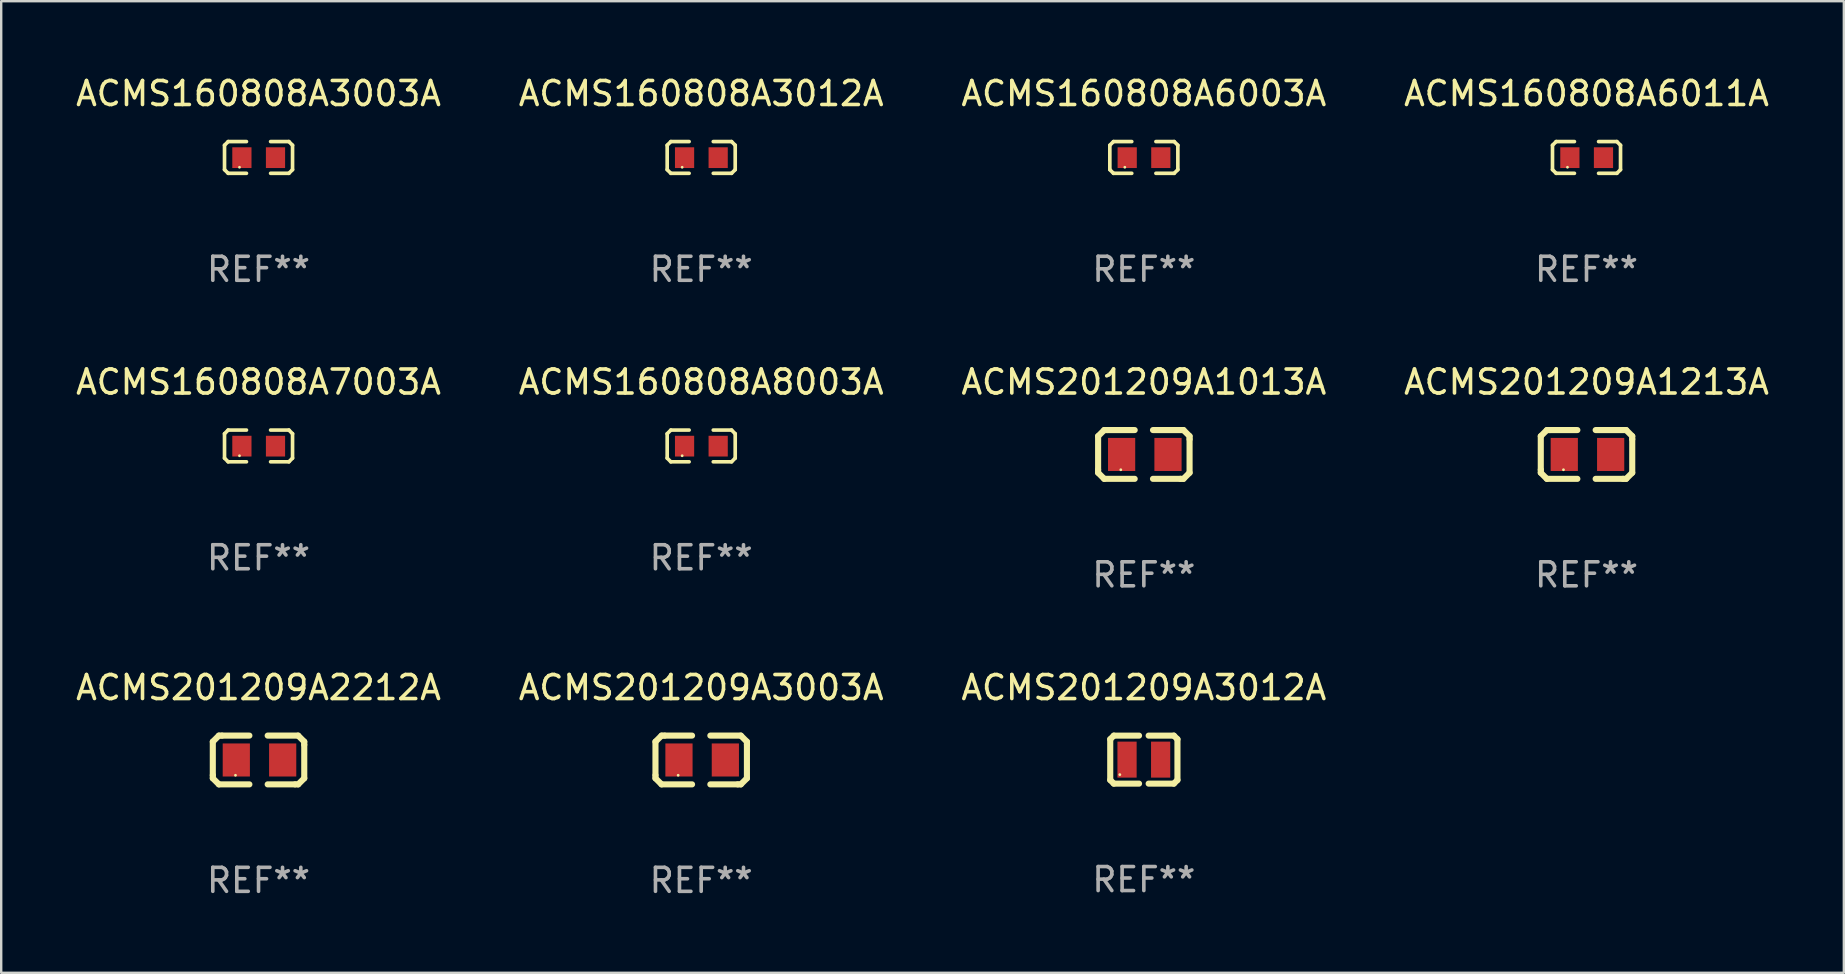
<source format=kicad_pcb>
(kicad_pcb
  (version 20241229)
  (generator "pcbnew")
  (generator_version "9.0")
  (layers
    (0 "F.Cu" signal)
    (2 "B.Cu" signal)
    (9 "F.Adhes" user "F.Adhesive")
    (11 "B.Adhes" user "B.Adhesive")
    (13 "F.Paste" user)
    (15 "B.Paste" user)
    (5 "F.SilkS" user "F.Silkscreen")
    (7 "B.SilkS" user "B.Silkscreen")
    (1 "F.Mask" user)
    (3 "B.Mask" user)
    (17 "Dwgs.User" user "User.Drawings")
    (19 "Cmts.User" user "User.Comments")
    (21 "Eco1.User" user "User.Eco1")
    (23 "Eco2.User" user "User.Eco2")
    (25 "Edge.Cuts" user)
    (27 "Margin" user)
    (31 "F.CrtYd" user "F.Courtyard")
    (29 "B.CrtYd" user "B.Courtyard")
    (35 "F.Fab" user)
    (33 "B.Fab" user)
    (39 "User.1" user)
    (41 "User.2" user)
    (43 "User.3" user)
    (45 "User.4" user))
  (footprint "ACMS201209A2212A"
    (layer "F.Cu")
    (at 7.72 28.61)
    (property "Reference" "ACMS201209A2212A" (at 0 -3.016 0) (layer "F.SilkS") (effects (font (size 1 1) (thickness 0.15))))
    (attr through_hole)
    (fp_line (start -1.905 -0.762) (end -1.905 0.635) (stroke (width 0.254) (type solid)) (layer "F.SilkS"))
    (fp_line (start -1.905 0.635) (end -1.905 0.762) (stroke (width 0.254) (type solid)) (layer "F.SilkS"))
    (fp_line (start -1.905 0.762) (end -1.651 1.016) (stroke (width 0.254) (type solid)) (layer "F.SilkS"))
    (fp_line (start -1.651 -1.016) (end -1.905 -0.762) (stroke (width 0.254) (type solid)) (layer "F.SilkS"))
    (fp_line (start -1.651 1.016) (end -0.381 1.016) (stroke (width 0.254) (type solid)) (layer "F.SilkS"))
    (fp_line (start -1.524 -1.016) (end -1.651 -1.016) (stroke (width 0.254) (type solid)) (layer "F.SilkS"))
    (fp_line (start -0.381 -1.016) (end -1.524 -1.016) (stroke (width 0.254) (type solid)) (layer "F.SilkS"))
    (fp_line (start 0.381 1.016) (end 1.524 1.016) (stroke (width 0.254) (type solid)) (layer "F.SilkS"))
    (fp_line (start 1.524 1.016) (end 1.651 1.016) (stroke (width 0.254) (type solid)) (layer "F.SilkS"))
    (fp_line (start 1.651 -1.016) (end 0.381 -1.016) (stroke (width 0.254) (type solid)) (layer "F.SilkS"))
    (fp_line (start 1.651 1.016) (end 1.905 0.762) (stroke (width 0.254) (type solid)) (layer "F.SilkS"))
    (fp_line (start 1.905 -0.762) (end 1.651 -1.016) (stroke (width 0.254) (type solid)) (layer "F.SilkS"))
    (fp_line (start 1.905 -0.635) (end 1.905 -0.762) (stroke (width 0.254) (type solid)) (layer "F.SilkS"))
    (fp_line (start 1.905 0.762) (end 1.905 -0.635) (stroke (width 0.254) (type solid)) (layer "F.SilkS"))
    (fp_circle (center -0.96 0.637) (end -0.93 0.637) (stroke (width 0.06) (type solid)) (fill no) (layer "F.SilkS"))
    (fp_text user "REF**" (at 0 5.016 0) (layer "F.Fab") (effects (font (size 1 1) (thickness 0.15))))
    (pad "1" smd rect (at -0.926 -0.000051) (size 1.133 1.377) (layers "F.Cu" "F.Mask" "F.Paste"))
    (pad "2" smd rect (at 1.006 -0.000051) (size 1.133 1.377) (layers "F.Cu" "F.Mask" "F.Paste")))
  (footprint "ACMS201209A3003A"
    (layer "F.Cu")
    (at 26.161 28.61)
    (property "Reference" "ACMS201209A3003A" (at 0 -3.016 0) (layer "F.SilkS") (effects (font (size 1 1) (thickness 0.15))))
    (attr through_hole)
    (fp_line (start -1.905 -0.762) (end -1.905 0.635) (stroke (width 0.254) (type solid)) (layer "F.SilkS"))
    (fp_line (start -1.905 0.635) (end -1.905 0.762) (stroke (width 0.254) (type solid)) (layer "F.SilkS"))
    (fp_line (start -1.905 0.762) (end -1.651 1.016) (stroke (width 0.254) (type solid)) (layer "F.SilkS"))
    (fp_line (start -1.651 -1.016) (end -1.905 -0.762) (stroke (width 0.254) (type solid)) (layer "F.SilkS"))
    (fp_line (start -1.651 1.016) (end -0.381 1.016) (stroke (width 0.254) (type solid)) (layer "F.SilkS"))
    (fp_line (start -1.524 -1.016) (end -1.651 -1.016) (stroke (width 0.254) (type solid)) (layer "F.SilkS"))
    (fp_line (start -0.381 -1.016) (end -1.524 -1.016) (stroke (width 0.254) (type solid)) (layer "F.SilkS"))
    (fp_line (start 0.381 1.016) (end 1.524 1.016) (stroke (width 0.254) (type solid)) (layer "F.SilkS"))
    (fp_line (start 1.524 1.016) (end 1.651 1.016) (stroke (width 0.254) (type solid)) (layer "F.SilkS"))
    (fp_line (start 1.651 -1.016) (end 0.381 -1.016) (stroke (width 0.254) (type solid)) (layer "F.SilkS"))
    (fp_line (start 1.651 1.016) (end 1.905 0.762) (stroke (width 0.254) (type solid)) (layer "F.SilkS"))
    (fp_line (start 1.905 -0.762) (end 1.651 -1.016) (stroke (width 0.254) (type solid)) (layer "F.SilkS"))
    (fp_line (start 1.905 -0.635) (end 1.905 -0.762) (stroke (width 0.254) (type solid)) (layer "F.SilkS"))
    (fp_line (start 1.905 0.762) (end 1.905 -0.635) (stroke (width 0.254) (type solid)) (layer "F.SilkS"))
    (fp_circle (center -0.96 0.637) (end -0.93 0.637) (stroke (width 0.06) (type solid)) (fill no) (layer "F.SilkS"))
    (fp_text user "REF**" (at 0 5.016 0) (layer "F.Fab") (effects (font (size 1 1) (thickness 0.15))))
    (pad "1" smd rect (at -0.926 -0.000051) (size 1.133 1.377) (layers "F.Cu" "F.Mask" "F.Paste"))
    (pad "2" smd rect (at 1.006 -0.000051) (size 1.133 1.377) (layers "F.Cu" "F.Mask" "F.Paste")))
  (footprint "ACMS201209A3012A"
    (layer "F.Cu")
    (at 44.601 28.595)
    (property "Reference" "ACMS201209A3012A" (at 0 -3 0) (layer "F.SilkS") (effects (font (size 1 1) (thickness 0.15))))
    (attr through_hole)
    (fp_line (start -1.4 -0.85) (end -1.4 0.85) (stroke (width 0.254) (type solid)) (layer "F.SilkS"))
    (fp_line (start -1.4 0.85) (end -1.25 1) (stroke (width 0.254) (type solid)) (layer "F.SilkS"))
    (fp_line (start -1.25 -1) (end -1.4 -0.85) (stroke (width 0.254) (type solid)) (layer "F.SilkS"))
    (fp_line (start -1.25 1) (end -0.2 1) (stroke (width 0.254) (type solid)) (layer "F.SilkS"))
    (fp_line (start -0.2 -1) (end -1.25 -1) (stroke (width 0.254) (type solid)) (layer "F.SilkS"))
    (fp_line (start 0.2 1) (end 1.25 1) (stroke (width 0.254) (type solid)) (layer "F.SilkS"))
    (fp_line (start 1.25 -1) (end 0.2 -1) (stroke (width 0.254) (type solid)) (layer "F.SilkS"))
    (fp_line (start 1.25 1) (end 1.4 0.85) (stroke (width 0.254) (type solid)) (layer "F.SilkS"))
    (fp_line (start 1.4 -0.85) (end 1.25 -1) (stroke (width 0.254) (type solid)) (layer "F.SilkS"))
    (fp_line (start 1.4 0.85) (end 1.4 -0.85) (stroke (width 0.254) (type solid)) (layer "F.SilkS"))
    (fp_circle (center -1 0.625) (end -0.97 0.625) (stroke (width 0.06) (type solid)) (fill no) (layer "F.SilkS"))
    (fp_text user "REF**" (at 0 5 0) (layer "F.Fab") (effects (font (size 1 1) (thickness 0.15))))
    (pad "1" smd rect (at -0.7 -0.000114 180) (size 0.8 1.5) (layers "F.Cu" "F.Mask" "F.Paste"))
    (pad "2" smd rect (at 0.7 -0.000114 180) (size 0.8 1.5) (layers "F.Cu" "F.Mask" "F.Paste")))
  (footprint "ACMS160808A7003A"
    (layer "F.Cu")
    (at 7.72 15.527)
    (property "Reference" "ACMS160808A7003A" (at 0 -2.661 0) (layer "F.SilkS") (effects (font (size 1 1) (thickness 0.15))))
    (attr through_hole)
    (fp_line (start -1.417 -0.508) (end -1.265 -0.661) (stroke (width 0.152) (type solid)) (layer "F.SilkS"))
    (fp_line (start -1.417 0.508) (end -1.417 -0.508) (stroke (width 0.152) (type solid)) (layer "F.SilkS"))
    (fp_line (start -1.265 -0.661) (end -0.503 -0.661) (stroke (width 0.152) (type solid)) (layer "F.SilkS"))
    (fp_line (start -1.265 0.661) (end -1.417 0.508) (stroke (width 0.152) (type solid)) (layer "F.SilkS"))
    (fp_line (start -1.265 0.661) (end -0.503 0.661) (stroke (width 0.152) (type solid)) (layer "F.SilkS"))
    (fp_line (start 1.265 -0.661) (end 0.503 -0.661) (stroke (width 0.152) (type solid)) (layer "F.SilkS"))
    (fp_line (start 1.265 -0.661) (end 1.417 -0.508) (stroke (width 0.152) (type solid)) (layer "F.SilkS"))
    (fp_line (start 1.265 0.661) (end 0.503 0.661) (stroke (width 0.152) (type solid)) (layer "F.SilkS"))
    (fp_line (start 1.417 -0.508) (end 1.417 0.508) (stroke (width 0.152) (type solid)) (layer "F.SilkS"))
    (fp_line (start 1.417 0.508) (end 1.265 0.661) (stroke (width 0.152) (type solid)) (layer "F.SilkS"))
    (fp_circle (center -0.793 0.409) (end -0.763 0.409) (stroke (width 0.06) (type solid)) (fill no) (layer "F.SilkS"))
    (fp_text user "REF**" (at 0 4.661 0) (layer "F.Fab") (effects (font (size 1 1) (thickness 0.15))))
    (pad "1" smd rect (at -0.693 0.009 180) (size 0.8 0.864) (layers "F.Cu" "F.Mask" "F.Paste"))
    (pad "2" smd rect (at 0.707 0.009 180) (size 0.8 0.864) (layers "F.Cu" "F.Mask" "F.Paste")))
  (footprint "ACMS160808A6003A"
    (layer "F.Cu")
    (at 44.601 3.509)
    (property "Reference" "ACMS160808A6003A" (at 0 -2.661 0) (layer "F.SilkS") (effects (font (size 1 1) (thickness 0.15))))
    (attr through_hole)
    (fp_line (start -1.417 -0.508) (end -1.265 -0.661) (stroke (width 0.152) (type solid)) (layer "F.SilkS"))
    (fp_line (start -1.417 0.508) (end -1.417 -0.508) (stroke (width 0.152) (type solid)) (layer "F.SilkS"))
    (fp_line (start -1.265 -0.661) (end -0.503 -0.661) (stroke (width 0.152) (type solid)) (layer "F.SilkS"))
    (fp_line (start -1.265 0.661) (end -1.417 0.508) (stroke (width 0.152) (type solid)) (layer "F.SilkS"))
    (fp_line (start -1.265 0.661) (end -0.503 0.661) (stroke (width 0.152) (type solid)) (layer "F.SilkS"))
    (fp_line (start 1.265 -0.661) (end 0.503 -0.661) (stroke (width 0.152) (type solid)) (layer "F.SilkS"))
    (fp_line (start 1.265 -0.661) (end 1.417 -0.508) (stroke (width 0.152) (type solid)) (layer "F.SilkS"))
    (fp_line (start 1.265 0.661) (end 0.503 0.661) (stroke (width 0.152) (type solid)) (layer "F.SilkS"))
    (fp_line (start 1.417 -0.508) (end 1.417 0.508) (stroke (width 0.152) (type solid)) (layer "F.SilkS"))
    (fp_line (start 1.417 0.508) (end 1.265 0.661) (stroke (width 0.152) (type solid)) (layer "F.SilkS"))
    (fp_circle (center -0.793 0.409) (end -0.763 0.409) (stroke (width 0.06) (type solid)) (fill no) (layer "F.SilkS"))
    (fp_text user "REF**" (at 0 4.661 0) (layer "F.Fab") (effects (font (size 1 1) (thickness 0.15))))
    (pad "1" smd rect (at -0.693 0.009 180) (size 0.8 0.864) (layers "F.Cu" "F.Mask" "F.Paste"))
    (pad "2" smd rect (at 0.707 0.009 180) (size 0.8 0.864) (layers "F.Cu" "F.Mask" "F.Paste")))
  (footprint "ACMS160808A6011A"
    (layer "F.Cu")
    (at 63.042 3.509)
    (property "Reference" "ACMS160808A6011A" (at 0 -2.661 0) (layer "F.SilkS") (effects (font (size 1 1) (thickness 0.15))))
    (attr through_hole)
    (fp_line (start -1.417 -0.508) (end -1.265 -0.661) (stroke (width 0.152) (type solid)) (layer "F.SilkS"))
    (fp_line (start -1.417 0.508) (end -1.417 -0.508) (stroke (width 0.152) (type solid)) (layer "F.SilkS"))
    (fp_line (start -1.265 -0.661) (end -0.503 -0.661) (stroke (width 0.152) (type solid)) (layer "F.SilkS"))
    (fp_line (start -1.265 0.661) (end -1.417 0.508) (stroke (width 0.152) (type solid)) (layer "F.SilkS"))
    (fp_line (start -1.265 0.661) (end -0.503 0.661) (stroke (width 0.152) (type solid)) (layer "F.SilkS"))
    (fp_line (start 1.265 -0.661) (end 0.503 -0.661) (stroke (width 0.152) (type solid)) (layer "F.SilkS"))
    (fp_line (start 1.265 -0.661) (end 1.417 -0.508) (stroke (width 0.152) (type solid)) (layer "F.SilkS"))
    (fp_line (start 1.265 0.661) (end 0.503 0.661) (stroke (width 0.152) (type solid)) (layer "F.SilkS"))
    (fp_line (start 1.417 -0.508) (end 1.417 0.508) (stroke (width 0.152) (type solid)) (layer "F.SilkS"))
    (fp_line (start 1.417 0.508) (end 1.265 0.661) (stroke (width 0.152) (type solid)) (layer "F.SilkS"))
    (fp_circle (center -0.793 0.409) (end -0.763 0.409) (stroke (width 0.06) (type solid)) (fill no) (layer "F.SilkS"))
    (fp_text user "REF**" (at 0 4.661 0) (layer "F.Fab") (effects (font (size 1 1) (thickness 0.15))))
    (pad "1" smd rect (at -0.693 0.009 180) (size 0.8 0.864) (layers "F.Cu" "F.Mask" "F.Paste"))
    (pad "2" smd rect (at 0.707 0.009 180) (size 0.8 0.864) (layers "F.Cu" "F.Mask" "F.Paste")))
  (footprint "ACMS201209A1213A"
    (layer "F.Cu")
    (at 63.042 15.882)
    (property "Reference" "ACMS201209A1213A" (at 0 -3.016 0) (layer "F.SilkS") (effects (font (size 1 1) (thickness 0.15))))
    (attr through_hole)
    (fp_line (start -1.905 -0.762) (end -1.905 0.635) (stroke (width 0.254) (type solid)) (layer "F.SilkS"))
    (fp_line (start -1.905 0.635) (end -1.905 0.762) (stroke (width 0.254) (type solid)) (layer "F.SilkS"))
    (fp_line (start -1.905 0.762) (end -1.651 1.016) (stroke (width 0.254) (type solid)) (layer "F.SilkS"))
    (fp_line (start -1.651 -1.016) (end -1.905 -0.762) (stroke (width 0.254) (type solid)) (layer "F.SilkS"))
    (fp_line (start -1.651 1.016) (end -0.381 1.016) (stroke (width 0.254) (type solid)) (layer "F.SilkS"))
    (fp_line (start -1.524 -1.016) (end -1.651 -1.016) (stroke (width 0.254) (type solid)) (layer "F.SilkS"))
    (fp_line (start -0.381 -1.016) (end -1.524 -1.016) (stroke (width 0.254) (type solid)) (layer "F.SilkS"))
    (fp_line (start 0.381 1.016) (end 1.524 1.016) (stroke (width 0.254) (type solid)) (layer "F.SilkS"))
    (fp_line (start 1.524 1.016) (end 1.651 1.016) (stroke (width 0.254) (type solid)) (layer "F.SilkS"))
    (fp_line (start 1.651 -1.016) (end 0.381 -1.016) (stroke (width 0.254) (type solid)) (layer "F.SilkS"))
    (fp_line (start 1.651 1.016) (end 1.905 0.762) (stroke (width 0.254) (type solid)) (layer "F.SilkS"))
    (fp_line (start 1.905 -0.762) (end 1.651 -1.016) (stroke (width 0.254) (type solid)) (layer "F.SilkS"))
    (fp_line (start 1.905 -0.635) (end 1.905 -0.762) (stroke (width 0.254) (type solid)) (layer "F.SilkS"))
    (fp_line (start 1.905 0.762) (end 1.905 -0.635) (stroke (width 0.254) (type solid)) (layer "F.SilkS"))
    (fp_circle (center -0.96 0.637) (end -0.93 0.637) (stroke (width 0.06) (type solid)) (fill no) (layer "F.SilkS"))
    (fp_text user "REF**" (at 0 5.016 0) (layer "F.Fab") (effects (font (size 1 1) (thickness 0.15))))
    (pad "1" smd rect (at -0.926 -0.000051) (size 1.133 1.377) (layers "F.Cu" "F.Mask" "F.Paste"))
    (pad "2" smd rect (at 1.006 -0.000051) (size 1.133 1.377) (layers "F.Cu" "F.Mask" "F.Paste")))
  (footprint "ACMS160808A8003A"
    (layer "F.Cu")
    (at 26.161 15.527)
    (property "Reference" "ACMS160808A8003A" (at 0 -2.661 0) (layer "F.SilkS") (effects (font (size 1 1) (thickness 0.15))))
    (attr through_hole)
    (fp_line (start -1.417 -0.508) (end -1.265 -0.661) (stroke (width 0.152) (type solid)) (layer "F.SilkS"))
    (fp_line (start -1.417 0.508) (end -1.417 -0.508) (stroke (width 0.152) (type solid)) (layer "F.SilkS"))
    (fp_line (start -1.265 -0.661) (end -0.503 -0.661) (stroke (width 0.152) (type solid)) (layer "F.SilkS"))
    (fp_line (start -1.265 0.661) (end -1.417 0.508) (stroke (width 0.152) (type solid)) (layer "F.SilkS"))
    (fp_line (start -1.265 0.661) (end -0.503 0.661) (stroke (width 0.152) (type solid)) (layer "F.SilkS"))
    (fp_line (start 1.265 -0.661) (end 0.503 -0.661) (stroke (width 0.152) (type solid)) (layer "F.SilkS"))
    (fp_line (start 1.265 -0.661) (end 1.417 -0.508) (stroke (width 0.152) (type solid)) (layer "F.SilkS"))
    (fp_line (start 1.265 0.661) (end 0.503 0.661) (stroke (width 0.152) (type solid)) (layer "F.SilkS"))
    (fp_line (start 1.417 -0.508) (end 1.417 0.508) (stroke (width 0.152) (type solid)) (layer "F.SilkS"))
    (fp_line (start 1.417 0.508) (end 1.265 0.661) (stroke (width 0.152) (type solid)) (layer "F.SilkS"))
    (fp_circle (center -0.793 0.409) (end -0.763 0.409) (stroke (width 0.06) (type solid)) (fill no) (layer "F.SilkS"))
    (fp_text user "REF**" (at 0 4.661 0) (layer "F.Fab") (effects (font (size 1 1) (thickness 0.15))))
    (pad "1" smd rect (at -0.693 0.009 180) (size 0.8 0.864) (layers "F.Cu" "F.Mask" "F.Paste"))
    (pad "2" smd rect (at 0.707 0.009 180) (size 0.8 0.864) (layers "F.Cu" "F.Mask" "F.Paste")))
  (footprint "ACMS160808A3003A"
    (layer "F.Cu")
    (at 7.72 3.509)
    (property "Reference" "ACMS160808A3003A" (at 0 -2.661 0) (layer "F.SilkS") (effects (font (size 1 1) (thickness 0.15))))
    (attr through_hole)
    (fp_line (start -1.417 -0.508) (end -1.265 -0.661) (stroke (width 0.152) (type solid)) (layer "F.SilkS"))
    (fp_line (start -1.417 0.508) (end -1.417 -0.508) (stroke (width 0.152) (type solid)) (layer "F.SilkS"))
    (fp_line (start -1.265 -0.661) (end -0.503 -0.661) (stroke (width 0.152) (type solid)) (layer "F.SilkS"))
    (fp_line (start -1.265 0.661) (end -1.417 0.508) (stroke (width 0.152) (type solid)) (layer "F.SilkS"))
    (fp_line (start -1.265 0.661) (end -0.503 0.661) (stroke (width 0.152) (type solid)) (layer "F.SilkS"))
    (fp_line (start 1.265 -0.661) (end 0.503 -0.661) (stroke (width 0.152) (type solid)) (layer "F.SilkS"))
    (fp_line (start 1.265 -0.661) (end 1.417 -0.508) (stroke (width 0.152) (type solid)) (layer "F.SilkS"))
    (fp_line (start 1.265 0.661) (end 0.503 0.661) (stroke (width 0.152) (type solid)) (layer "F.SilkS"))
    (fp_line (start 1.417 -0.508) (end 1.417 0.508) (stroke (width 0.152) (type solid)) (layer "F.SilkS"))
    (fp_line (start 1.417 0.508) (end 1.265 0.661) (stroke (width 0.152) (type solid)) (layer "F.SilkS"))
    (fp_circle (center -0.793 0.409) (end -0.763 0.409) (stroke (width 0.06) (type solid)) (fill no) (layer "F.SilkS"))
    (fp_text user "REF**" (at 0 4.661 0) (layer "F.Fab") (effects (font (size 1 1) (thickness 0.15))))
    (pad "1" smd rect (at -0.693 0.009 180) (size 0.8 0.864) (layers "F.Cu" "F.Mask" "F.Paste"))
    (pad "2" smd rect (at 0.707 0.009 180) (size 0.8 0.864) (layers "F.Cu" "F.Mask" "F.Paste")))
  (footprint "ACMS160808A3012A"
    (layer "F.Cu")
    (at 26.161 3.509)
    (property "Reference" "ACMS160808A3012A" (at 0 -2.661 0) (layer "F.SilkS") (effects (font (size 1 1) (thickness 0.15))))
    (attr through_hole)
    (fp_line (start -1.417 -0.508) (end -1.265 -0.661) (stroke (width 0.152) (type solid)) (layer "F.SilkS"))
    (fp_line (start -1.417 0.508) (end -1.417 -0.508) (stroke (width 0.152) (type solid)) (layer "F.SilkS"))
    (fp_line (start -1.265 -0.661) (end -0.503 -0.661) (stroke (width 0.152) (type solid)) (layer "F.SilkS"))
    (fp_line (start -1.265 0.661) (end -1.417 0.508) (stroke (width 0.152) (type solid)) (layer "F.SilkS"))
    (fp_line (start -1.265 0.661) (end -0.503 0.661) (stroke (width 0.152) (type solid)) (layer "F.SilkS"))
    (fp_line (start 1.265 -0.661) (end 0.503 -0.661) (stroke (width 0.152) (type solid)) (layer "F.SilkS"))
    (fp_line (start 1.265 -0.661) (end 1.417 -0.508) (stroke (width 0.152) (type solid)) (layer "F.SilkS"))
    (fp_line (start 1.265 0.661) (end 0.503 0.661) (stroke (width 0.152) (type solid)) (layer "F.SilkS"))
    (fp_line (start 1.417 -0.508) (end 1.417 0.508) (stroke (width 0.152) (type solid)) (layer "F.SilkS"))
    (fp_line (start 1.417 0.508) (end 1.265 0.661) (stroke (width 0.152) (type solid)) (layer "F.SilkS"))
    (fp_circle (center -0.793 0.409) (end -0.763 0.409) (stroke (width 0.06) (type solid)) (fill no) (layer "F.SilkS"))
    (fp_text user "REF**" (at 0 4.661 0) (layer "F.Fab") (effects (font (size 1 1) (thickness 0.15))))
    (pad "1" smd rect (at -0.693 0.009 180) (size 0.8 0.864) (layers "F.Cu" "F.Mask" "F.Paste"))
    (pad "2" smd rect (at 0.707 0.009 180) (size 0.8 0.864) (layers "F.Cu" "F.Mask" "F.Paste")))
  (footprint "ACMS201209A1013A"
    (layer "F.Cu")
    (at 44.601 15.882)
    (property "Reference" "ACMS201209A1013A" (at 0 -3.016 0) (layer "F.SilkS") (effects (font (size 1 1) (thickness 0.15))))
    (attr through_hole)
    (fp_line (start -1.905 -0.762) (end -1.905 0.635) (stroke (width 0.254) (type solid)) (layer "F.SilkS"))
    (fp_line (start -1.905 0.635) (end -1.905 0.762) (stroke (width 0.254) (type solid)) (layer "F.SilkS"))
    (fp_line (start -1.905 0.762) (end -1.651 1.016) (stroke (width 0.254) (type solid)) (layer "F.SilkS"))
    (fp_line (start -1.651 -1.016) (end -1.905 -0.762) (stroke (width 0.254) (type solid)) (layer "F.SilkS"))
    (fp_line (start -1.651 1.016) (end -0.381 1.016) (stroke (width 0.254) (type solid)) (layer "F.SilkS"))
    (fp_line (start -1.524 -1.016) (end -1.651 -1.016) (stroke (width 0.254) (type solid)) (layer "F.SilkS"))
    (fp_line (start -0.381 -1.016) (end -1.524 -1.016) (stroke (width 0.254) (type solid)) (layer "F.SilkS"))
    (fp_line (start 0.381 1.016) (end 1.524 1.016) (stroke (width 0.254) (type solid)) (layer "F.SilkS"))
    (fp_line (start 1.524 1.016) (end 1.651 1.016) (stroke (width 0.254) (type solid)) (layer "F.SilkS"))
    (fp_line (start 1.651 -1.016) (end 0.381 -1.016) (stroke (width 0.254) (type solid)) (layer "F.SilkS"))
    (fp_line (start 1.651 1.016) (end 1.905 0.762) (stroke (width 0.254) (type solid)) (layer "F.SilkS"))
    (fp_line (start 1.905 -0.762) (end 1.651 -1.016) (stroke (width 0.254) (type solid)) (layer "F.SilkS"))
    (fp_line (start 1.905 -0.635) (end 1.905 -0.762) (stroke (width 0.254) (type solid)) (layer "F.SilkS"))
    (fp_line (start 1.905 0.762) (end 1.905 -0.635) (stroke (width 0.254) (type solid)) (layer "F.SilkS"))
    (fp_circle (center -0.96 0.637) (end -0.93 0.637) (stroke (width 0.06) (type solid)) (fill no) (layer "F.SilkS"))
    (fp_text user "REF**" (at 0 5.016 0) (layer "F.Fab") (effects (font (size 1 1) (thickness 0.15))))
    (pad "1" smd rect (at -0.926 -0.000051) (size 1.133 1.377) (layers "F.Cu" "F.Mask" "F.Paste"))
    (pad "2" smd rect (at 1.006 -0.000051) (size 1.133 1.377) (layers "F.Cu" "F.Mask" "F.Paste")))
  (gr_rect
    (start -3 -3)
    (end 73.762 37.475)
    (stroke (width 0.1) (type default))
    (fill no)
    (layer "Edge.Cuts")))
</source>
